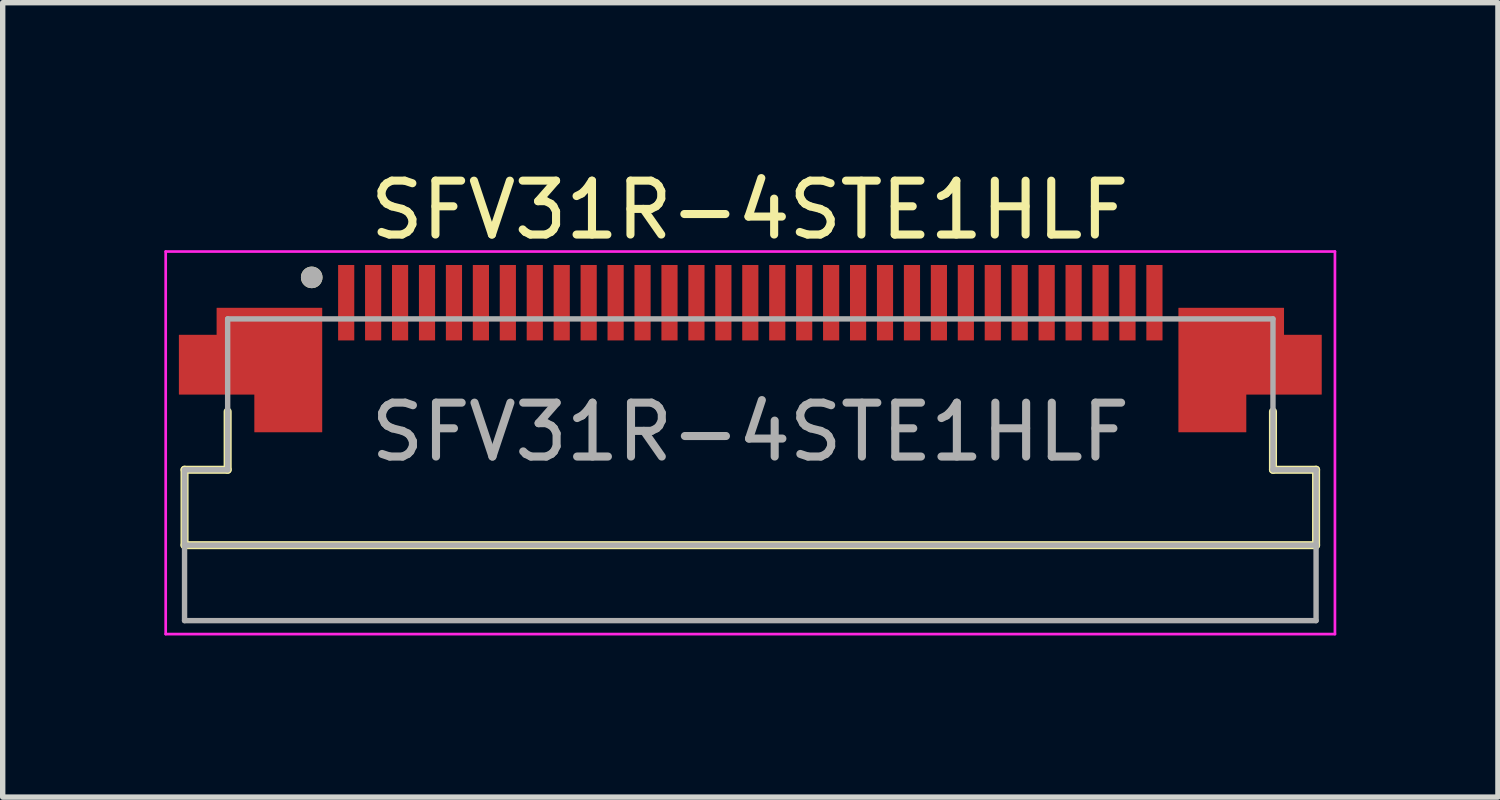
<source format=kicad_pcb>
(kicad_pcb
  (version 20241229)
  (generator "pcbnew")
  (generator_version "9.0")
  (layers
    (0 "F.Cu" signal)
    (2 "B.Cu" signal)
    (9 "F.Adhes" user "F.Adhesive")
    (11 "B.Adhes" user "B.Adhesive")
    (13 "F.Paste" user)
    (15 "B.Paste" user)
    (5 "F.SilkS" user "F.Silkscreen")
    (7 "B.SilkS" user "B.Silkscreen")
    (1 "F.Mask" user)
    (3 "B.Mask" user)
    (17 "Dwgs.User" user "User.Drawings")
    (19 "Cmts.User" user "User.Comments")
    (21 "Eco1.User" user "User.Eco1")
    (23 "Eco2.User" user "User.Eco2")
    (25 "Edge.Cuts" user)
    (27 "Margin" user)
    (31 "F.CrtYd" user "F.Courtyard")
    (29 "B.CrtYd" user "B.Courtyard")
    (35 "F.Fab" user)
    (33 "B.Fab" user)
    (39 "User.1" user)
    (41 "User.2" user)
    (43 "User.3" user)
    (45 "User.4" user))
  (footprint "SFV31R-4STE1HLF"
    (layer "F.Cu")
    (at 10.875 4.968)
    (property "Reference" "SFV31R-4STE1HLF" (at -0.01 -4.12 0) (layer "F.SilkS") (effects (font (size 1 1) (thickness 0.15))))
    (attr smd)
    (fp_line (start -10.5 0.7) (end -10.5 2.1) (stroke (width 0.15) (type solid)) (layer "F.SilkS"))
    (fp_line (start -10.5 0.7) (end -9.7 0.7) (stroke (width 0.15) (type solid)) (layer "F.SilkS"))
    (fp_line (start -10.5 2.1) (end 10.5 2.1) (stroke (width 0.15) (type solid)) (layer "F.SilkS"))
    (fp_line (start -9.7 0.7) (end -9.7 -0.38) (stroke (width 0.15) (type solid)) (layer "F.SilkS"))
    (fp_line (start 9.7 0.7) (end 9.7 -0.38) (stroke (width 0.15) (type solid)) (layer "F.SilkS"))
    (fp_line (start 10.5 0.7) (end 9.7 0.7) (stroke (width 0.15) (type solid)) (layer "F.SilkS"))
    (fp_line (start 10.5 2.1) (end 10.5 0.7) (stroke (width 0.15) (type solid)) (layer "F.SilkS"))
    (fp_circle (center -8.14 -2.87) (end -8.04 -2.87) (stroke (width 0.2) (type solid)) (fill no) (layer "F.SilkS"))
    (fp_line (start -10.85 -3.35) (end -10.85 3.75) (stroke (width 0.05) (type solid)) (layer "F.CrtYd"))
    (fp_line (start -10.85 3.75) (end 10.85 3.75) (stroke (width 0.05) (type solid)) (layer "F.CrtYd"))
    (fp_line (start 10.85 -3.35) (end -10.85 -3.35) (stroke (width 0.05) (type solid)) (layer "F.CrtYd"))
    (fp_line (start 10.85 3.75) (end 10.85 -3.35) (stroke (width 0.05) (type solid)) (layer "F.CrtYd"))
    (fp_line (start -10.5 0.7) (end -9.7 0.7) (stroke (width 0.1) (type solid)) (layer "F.Fab"))
    (fp_line (start -10.5 2.1) (end -10.5 0.7) (stroke (width 0.1) (type solid)) (layer "F.Fab"))
    (fp_line (start -10.5 3.5) (end -10.5 2.1) (stroke (width 0.1) (type solid)) (layer "F.Fab"))
    (fp_line (start -9.7 -2.1) (end 9.7 -2.1) (stroke (width 0.1) (type solid)) (layer "F.Fab"))
    (fp_line (start -9.7 0.7) (end -9.7 -2.1) (stroke (width 0.1) (type solid)) (layer "F.Fab"))
    (fp_line (start 9.7 -2.1) (end 9.7 0.7) (stroke (width 0.1) (type solid)) (layer "F.Fab"))
    (fp_line (start 9.7 0.7) (end 10.5 0.7) (stroke (width 0.1) (type solid)) (layer "F.Fab"))
    (fp_line (start 10.5 0.7) (end 10.5 2.1) (stroke (width 0.1) (type solid)) (layer "F.Fab"))
    (fp_line (start 10.5 2.1) (end -10.5 2.1) (stroke (width 0.1) (type solid)) (layer "F.Fab"))
    (fp_line (start 10.5 2.1) (end 10.5 3.5) (stroke (width 0.1) (type solid)) (layer "F.Fab"))
    (fp_line (start 10.5 3.5) (end -10.5 3.5) (stroke (width 0.1) (type solid)) (layer "F.Fab"))
    (fp_circle (center -8.14 -2.87) (end -8.04 -2.87) (stroke (width 0.2) (type solid)) (fill no) (layer "F.Fab"))
    (fp_text user "${REFERENCE}" (at 0 0 0) (unlocked yes) (layer "F.Fab") (effects (font (size 1 1) (thickness 0.15))))
    (pad "1" smd rect (at -7.5 -2.4) (size 0.3 1.4) (layers "F.Cu" "F.Mask" "F.Paste"))
    (pad "2" smd rect (at -7 -2.4) (size 0.3 1.4) (layers "F.Cu" "F.Mask" "F.Paste"))
    (pad "3" smd rect (at -6.5 -2.4) (size 0.3 1.4) (layers "F.Cu" "F.Mask" "F.Paste"))
    (pad "4" smd rect (at -6 -2.4) (size 0.3 1.4) (layers "F.Cu" "F.Mask" "F.Paste"))
    (pad "5" smd rect (at -5.5 -2.4) (size 0.3 1.4) (layers "F.Cu" "F.Mask" "F.Paste"))
    (pad "6" smd rect (at -5 -2.4) (size 0.3 1.4) (layers "F.Cu" "F.Mask" "F.Paste"))
    (pad "7" smd rect (at -4.5 -2.4) (size 0.3 1.4) (layers "F.Cu" "F.Mask" "F.Paste"))
    (pad "8" smd rect (at -4 -2.4) (size 0.3 1.4) (layers "F.Cu" "F.Mask" "F.Paste"))
    (pad "9" smd rect (at -3.5 -2.4) (size 0.3 1.4) (layers "F.Cu" "F.Mask" "F.Paste"))
    (pad "10" smd rect (at -3 -2.4) (size 0.3 1.4) (layers "F.Cu" "F.Mask" "F.Paste"))
    (pad "11" smd rect (at -2.5 -2.4) (size 0.3 1.4) (layers "F.Cu" "F.Mask" "F.Paste"))
    (pad "12" smd rect (at -2 -2.4) (size 0.3 1.4) (layers "F.Cu" "F.Mask" "F.Paste"))
    (pad "13" smd rect (at -1.5 -2.4) (size 0.3 1.4) (layers "F.Cu" "F.Mask" "F.Paste"))
    (pad "14" smd rect (at -1 -2.4) (size 0.3 1.4) (layers "F.Cu" "F.Mask" "F.Paste"))
    (pad "15" smd rect (at -0.5 -2.4) (size 0.3 1.4) (layers "F.Cu" "F.Mask" "F.Paste"))
    (pad "16" smd rect (at 0 -2.4) (size 0.3 1.4) (layers "F.Cu" "F.Mask" "F.Paste"))
    (pad "17" smd rect (at 0.5 -2.4) (size 0.3 1.4) (layers "F.Cu" "F.Mask" "F.Paste"))
    (pad "18" smd rect (at 1 -2.4) (size 0.3 1.4) (layers "F.Cu" "F.Mask" "F.Paste"))
    (pad "19" smd rect (at 1.5 -2.4) (size 0.3 1.4) (layers "F.Cu" "F.Mask" "F.Paste"))
    (pad "20" smd rect (at 2 -2.4) (size 0.3 1.4) (layers "F.Cu" "F.Mask" "F.Paste"))
    (pad "21" smd rect (at 2.5 -2.4) (size 0.3 1.4) (layers "F.Cu" "F.Mask" "F.Paste"))
    (pad "22" smd rect (at 3 -2.4) (size 0.3 1.4) (layers "F.Cu" "F.Mask" "F.Paste"))
    (pad "23" smd rect (at 3.5 -2.4) (size 0.3 1.4) (layers "F.Cu" "F.Mask" "F.Paste"))
    (pad "24" smd rect (at 4 -2.4) (size 0.3 1.4) (layers "F.Cu" "F.Mask" "F.Paste"))
    (pad "25" smd rect (at 4.5 -2.4) (size 0.3 1.4) (layers "F.Cu" "F.Mask" "F.Paste"))
    (pad "26" smd rect (at 5 -2.4) (size 0.3 1.4) (layers "F.Cu" "F.Mask" "F.Paste"))
    (pad "27" smd rect (at 5.5 -2.4) (size 0.3 1.4) (layers "F.Cu" "F.Mask" "F.Paste"))
    (pad "28" smd rect (at 6 -2.4) (size 0.3 1.4) (layers "F.Cu" "F.Mask" "F.Paste"))
    (pad "29" smd rect (at 6.5 -2.4) (size 0.3 1.4) (layers "F.Cu" "F.Mask" "F.Paste"))
    (pad "30" smd rect (at 7 -2.4) (size 0.3 1.4) (layers "F.Cu" "F.Mask" "F.Paste"))
    (pad "31" smd rect (at 7.5 -2.4) (size 0.3 1.4) (layers "F.Cu" "F.Mask" "F.Paste"))
    (pad "S" smd custom (at -8.925 -1.5) (size 1 1) (layers "F.Cu" "F.Mask" "F.Paste") (options (anchor rect)) (primitives (gr_poly (pts (xy 0.975 -0.8) (xy 0.975 1.5) (xy -0.275 1.5) (xy -0.275 0.8) (xy -1.675 0.8) (xy -1.675 -0.3) (xy -0.975 -0.3) (xy -0.975 -0.8)) (width 0.01) (fill yes))))
    (pad "S" smd custom (at 8.925 -1.5) (size 1 1) (layers "F.Cu" "F.Mask" "F.Paste") (options (anchor rect)) (primitives (gr_poly (pts (xy -0.975 -0.8) (xy -0.975 1.5) (xy 0.275 1.5) (xy 0.275 0.8) (xy 1.675 0.8) (xy 1.675 -0.3) (xy 0.975 -0.3) (xy 0.975 -0.8)) (width 0.01) (fill yes)))))
  (gr_rect
    (start -3 -3)
    (end 24.75 11.743)
    (stroke (width 0.1) (type default))
    (fill no)
    (layer "Edge.Cuts")))
</source>
